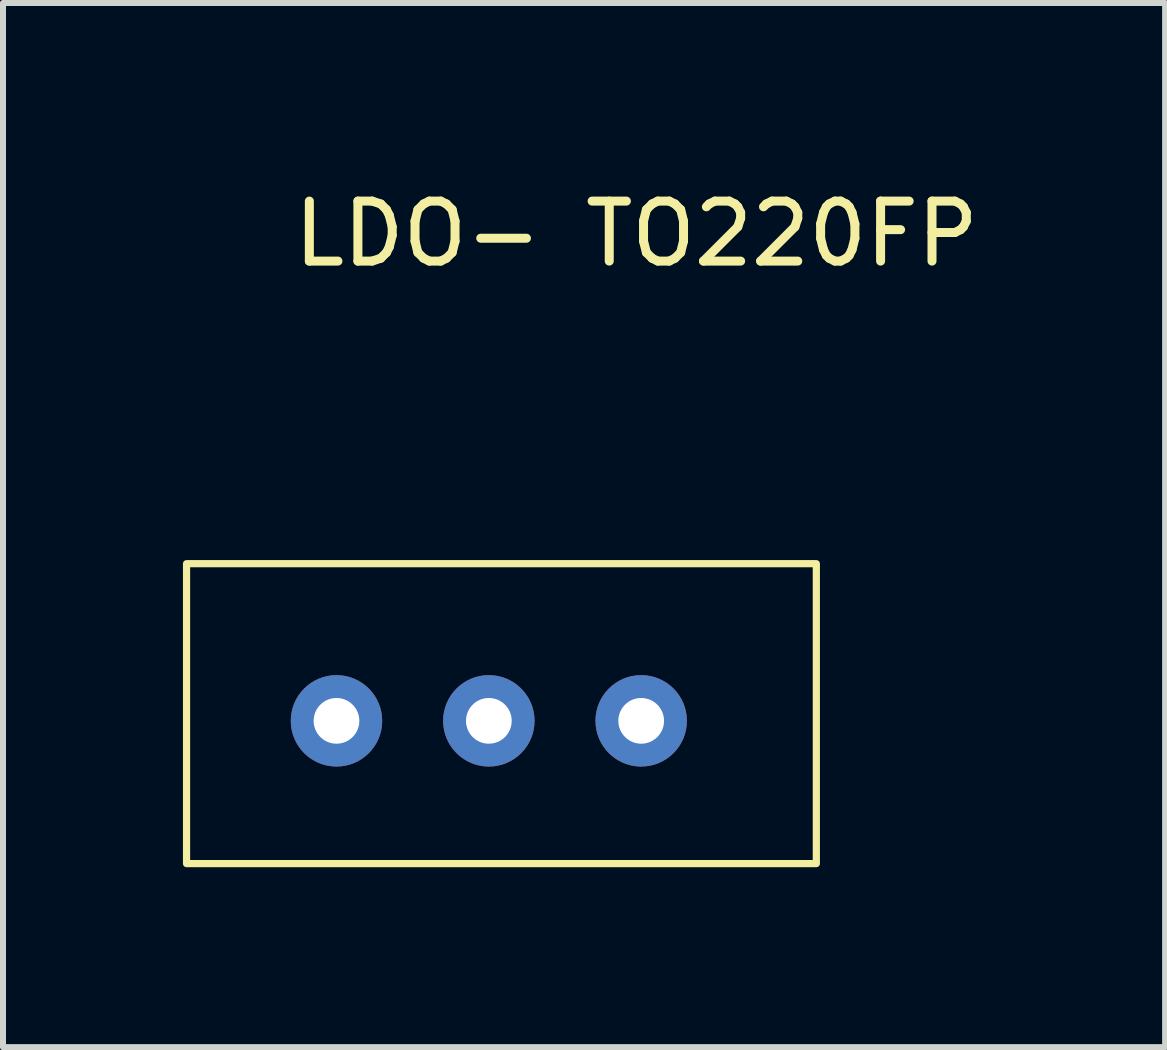
<source format=kicad_pcb>
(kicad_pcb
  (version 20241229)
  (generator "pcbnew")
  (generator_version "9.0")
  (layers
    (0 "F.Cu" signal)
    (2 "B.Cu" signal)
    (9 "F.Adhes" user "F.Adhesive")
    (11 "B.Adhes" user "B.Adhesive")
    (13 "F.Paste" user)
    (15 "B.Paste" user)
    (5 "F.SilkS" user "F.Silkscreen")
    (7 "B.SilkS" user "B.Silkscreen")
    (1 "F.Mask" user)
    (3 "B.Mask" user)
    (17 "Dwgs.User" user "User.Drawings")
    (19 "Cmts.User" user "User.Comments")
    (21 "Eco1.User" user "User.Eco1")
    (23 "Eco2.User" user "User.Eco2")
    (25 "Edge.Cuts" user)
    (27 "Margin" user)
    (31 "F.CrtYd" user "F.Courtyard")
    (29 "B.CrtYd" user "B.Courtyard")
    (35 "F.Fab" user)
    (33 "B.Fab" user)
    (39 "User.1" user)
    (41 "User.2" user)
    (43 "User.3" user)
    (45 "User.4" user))
  (footprint "LDO- TO220FP"
    (layer "F.Cu")
    (at 7.56 1.348)
    (property "Reference" "LDO- TO220FP" (at 0 -0.5 0) (unlocked yes) (layer "F.SilkS") (effects (font (size 1 1) (thickness 0.15))))
    (attr through_hole)
    (fp_rect (start -7.5 5) (end 3 10) (stroke (width 0.12) (type default)) (fill no) (layer "F.SilkS"))
    (pad "1" thru_hole circle (at -5 7.62) (size 1.524 1.524) (drill 0.762) (layers "*.Cu" "*.Mask"))
    (pad "2" thru_hole circle (at -2.46 7.62) (size 1.524 1.524) (drill 0.762) (layers "*.Cu" "*.Mask"))
    (pad "3" thru_hole circle (at 0.08 7.62) (size 1.524 1.524) (drill 0.762) (layers "*.Cu" "*.Mask")))
  (gr_rect
    (start -3 -3)
    (end 16.375 14.408)
    (stroke (width 0.1) (type default))
    (fill no)
    (layer "Edge.Cuts")))
</source>
